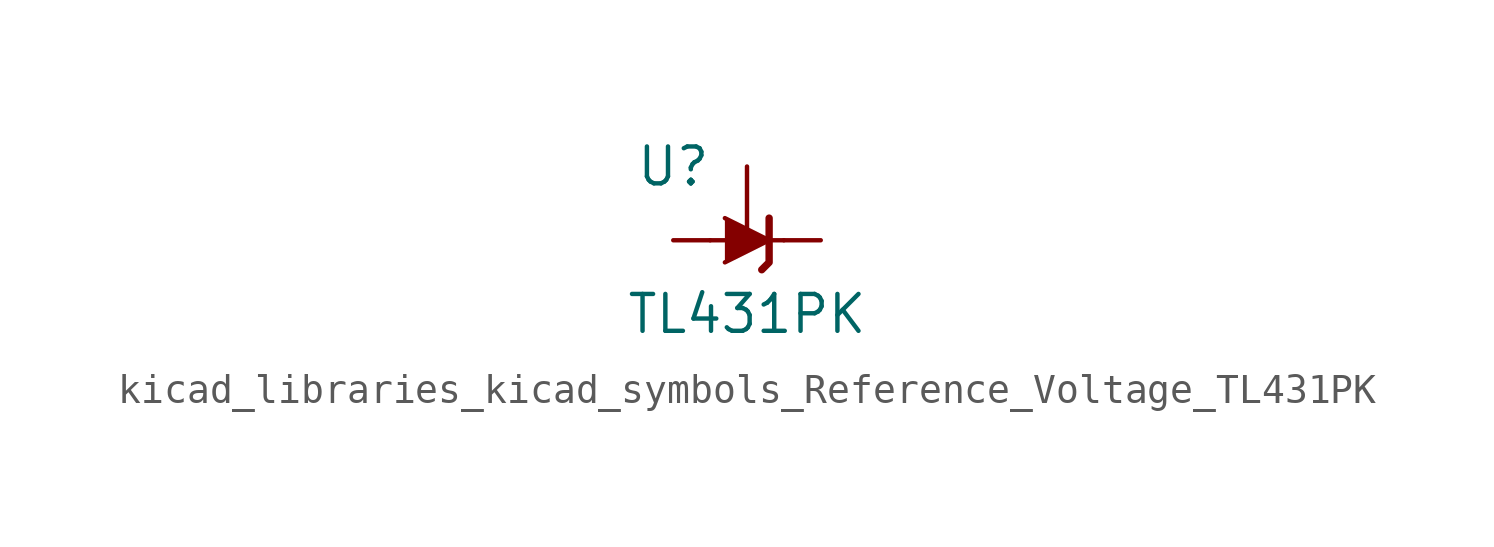
<source format=kicad_sym>
(kicad_symbol_lib
  (version 20220914)
  (generator kicad_symbol_editor)
  (symbol "kicad_libraries_kicad_symbols_Reference_Voltage_TL431PK"
    (pin_numbers hide)
    (pin_names hide)
    (property "Reference" "U"
      (at -2.54 2.54 0)
      (effects (font (size 1.27 1.27))))
    (property "Value" "TL431PK"
      (at 0 -2.54 0)
      (effects (font (size 1.27 1.27))))
    (symbol "kicad_libraries_kicad_symbols_Reference_Voltage_TL431PK_0_1"
      (polyline (pts (xy -1.27 0) (xy 0 0) (xy 1.27 0)) (stroke (width 0) (type default)) (fill (type none)))
      (polyline (pts (xy -0.762 0.762) (xy 0.762 0) (xy -0.762 -0.762)) (stroke (width 0) (type default)) (fill (type outline)))
      (polyline (pts (xy 0.508 -1.016) (xy 0.762 -0.762) (xy 0.762 0.762) (xy 0.762 0.762)) (stroke (width 0.254) (type default)) (fill (type none))))
    (symbol "kicad_libraries_kicad_symbols_Reference_Voltage_TL431PK_1_1"
      (pin passive line (at 0 2.54 270) (length 2.54) (name "REF" (effects (font (size 1.27 1.27)))) (number "1" (effects (font (size 1.27 1.27)))))
      (pin passive line (at -2.54 0 0) (length 1.27) (name "A" (effects (font (size 1.27 1.27)))) (number "2" (effects (font (size 1.27 1.27)))))
      (pin passive line (at 2.54 0 180) (length 1.27) (name "K" (effects (font (size 1.27 1.27)))) (number "3" (effects (font (size 1.27 1.27))))))))
</source>
